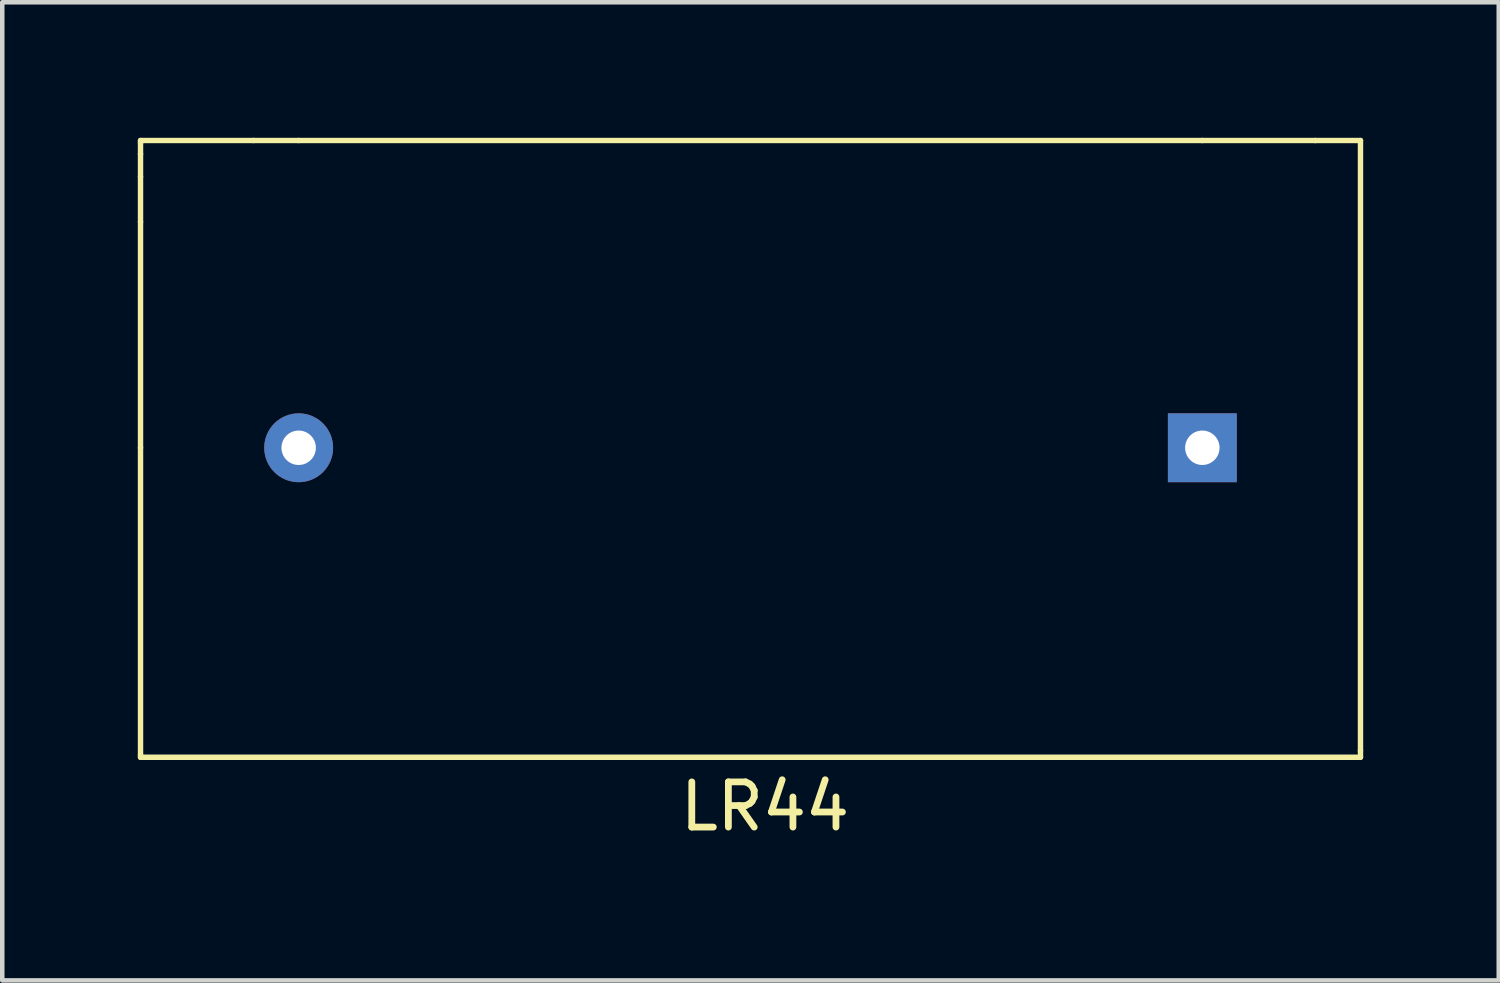
<source format=kicad_pcb>
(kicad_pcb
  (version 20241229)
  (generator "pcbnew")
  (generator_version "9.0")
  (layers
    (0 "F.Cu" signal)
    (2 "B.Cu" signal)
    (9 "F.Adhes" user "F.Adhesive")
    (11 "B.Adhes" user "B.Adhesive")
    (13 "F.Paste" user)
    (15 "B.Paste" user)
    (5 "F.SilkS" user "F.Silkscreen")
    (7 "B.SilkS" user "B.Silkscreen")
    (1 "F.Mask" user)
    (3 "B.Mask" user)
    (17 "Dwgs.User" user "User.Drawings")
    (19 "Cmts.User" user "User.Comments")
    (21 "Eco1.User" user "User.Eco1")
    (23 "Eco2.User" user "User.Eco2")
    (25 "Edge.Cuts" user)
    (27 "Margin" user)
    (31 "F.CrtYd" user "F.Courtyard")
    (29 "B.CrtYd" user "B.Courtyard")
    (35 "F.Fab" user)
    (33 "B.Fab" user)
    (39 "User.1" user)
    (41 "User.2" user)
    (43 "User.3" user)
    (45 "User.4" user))
  (footprint "LR44"
    (layer "F.Cu")
    (at 3.56 6.86)
    (property "Reference" "LR44" (at 10.32 7.94 0) (layer "F.SilkS") (effects (font (size 1 1) (thickness 0.15))))
    (attr through_hole)
    (fp_line (start -3.5 -6.8) (end -1 -6.8) (stroke (width 0.12) (type solid)) (layer "F.SilkS"))
    (fp_line (start -3.5 -6.75) (end -3.5 -6.8) (stroke (width 0.12) (type solid)) (layer "F.SilkS"))
    (fp_line (start -3.5 -6.5) (end -3.5 -6.75) (stroke (width 0.12) (type solid)) (layer "F.SilkS"))
    (fp_line (start -3.5 -6) (end -3.5 -6.5) (stroke (width 0.12) (type solid)) (layer "F.SilkS"))
    (fp_line (start -3.5 -5) (end -3.5 -6) (stroke (width 0.12) (type solid)) (layer "F.SilkS"))
    (fp_line (start -3.5 0) (end -3.5 -5) (stroke (width 0.12) (type solid)) (layer "F.SilkS"))
    (fp_line (start -3.5 0) (end -3.5 6.8) (stroke (width 0.12) (type solid)) (layer "F.SilkS"))
    (fp_line (start -3.5 6.8) (end -3.5 6.85) (stroke (width 0.12) (type solid)) (layer "F.SilkS"))
    (fp_line (start -3.5 6.85) (end 23.5 6.85) (stroke (width 0.12) (type solid)) (layer "F.SilkS"))
    (fp_line (start -1 -6.8) (end 0 -6.8) (stroke (width 0.12) (type solid)) (layer "F.SilkS"))
    (fp_line (start 0 -6.8) (end 20 -6.8) (stroke (width 0.12) (type solid)) (layer "F.SilkS"))
    (fp_line (start 20 -6.8) (end 22.5 -6.8) (stroke (width 0.12) (type solid)) (layer "F.SilkS"))
    (fp_line (start 22.5 -6.8) (end 23.5 -6.8) (stroke (width 0.12) (type solid)) (layer "F.SilkS"))
    (fp_line (start 23.5 -6.8) (end 23.5 6.7) (stroke (width 0.12) (type solid)) (layer "F.SilkS"))
    (fp_line (start 23.5 6.85) (end 23.5 6.7) (stroke (width 0.12) (type solid)) (layer "F.SilkS"))
    (pad "1" thru_hole circle (at 0 0) (size 1.524 1.524) (drill 0.762) (layers "*.Cu" "*.Mask"))
    (pad "2" thru_hole rect (at 20 0) (size 1.524 1.524) (drill 0.762) (layers "*.Cu" "*.Mask")))
  (gr_rect
    (start -3 -3)
    (end 30.12 18.648)
    (stroke (width 0.1) (type default))
    (fill no)
    (layer "Edge.Cuts")))
</source>
